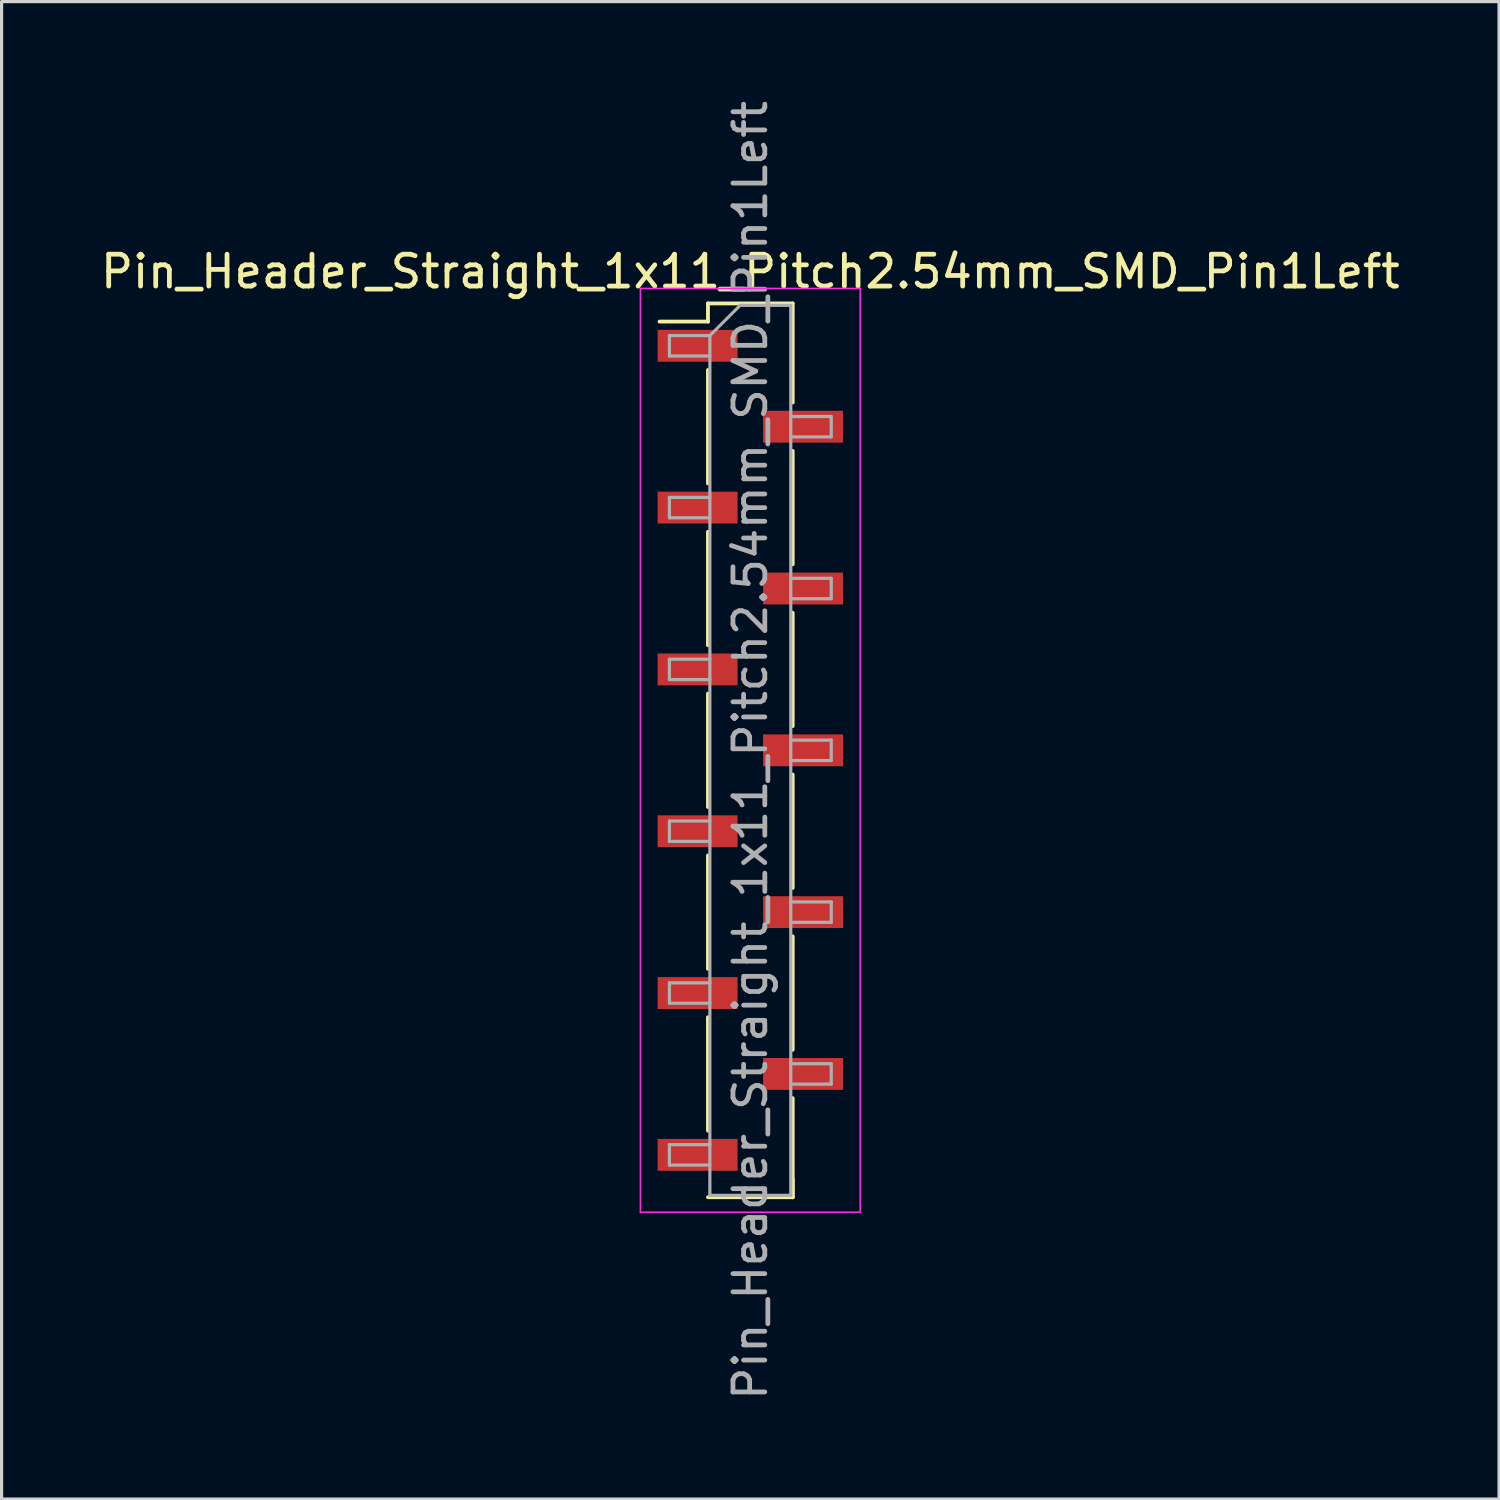
<source format=kicad_pcb>
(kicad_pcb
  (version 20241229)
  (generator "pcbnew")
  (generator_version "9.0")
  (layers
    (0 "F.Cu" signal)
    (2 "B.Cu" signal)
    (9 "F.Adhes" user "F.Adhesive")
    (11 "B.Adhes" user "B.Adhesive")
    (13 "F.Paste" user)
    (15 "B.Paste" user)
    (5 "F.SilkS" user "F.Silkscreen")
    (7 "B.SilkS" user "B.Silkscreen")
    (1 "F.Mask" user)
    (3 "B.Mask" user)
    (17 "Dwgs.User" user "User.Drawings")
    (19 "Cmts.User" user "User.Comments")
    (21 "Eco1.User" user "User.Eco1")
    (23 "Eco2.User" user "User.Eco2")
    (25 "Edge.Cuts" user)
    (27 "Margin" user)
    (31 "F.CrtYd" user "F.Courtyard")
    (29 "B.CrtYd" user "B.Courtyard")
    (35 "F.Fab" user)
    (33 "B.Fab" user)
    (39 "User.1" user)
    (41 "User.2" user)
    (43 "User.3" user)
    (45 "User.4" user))
  (footprint "Pin_Header_Straight_1x11_Pitch2.54mm_SMD_Pin1Left"
    (layer "F.Cu")
    (at 20.506 20.506)
    (property "Reference" "Pin_Header_Straight_1x11_Pitch2.54mm_SMD_Pin1Left" (at 0 -15.03 0) (layer "F.SilkS") (effects (font (size 1 1) (thickness 0.15))))
    (attr smd)
    (fp_line (start -1.33 -14.03) (end -1.33 -13.46) (stroke (width 0.12) (type solid)) (layer "F.SilkS"))
    (fp_line (start -1.33 -14.03) (end 1.33 -14.03) (stroke (width 0.12) (type solid)) (layer "F.SilkS"))
    (fp_line (start -1.33 -13.46) (end -2.85 -13.46) (stroke (width 0.12) (type solid)) (layer "F.SilkS"))
    (fp_line (start -1.33 -11.94) (end -1.33 -8.38) (stroke (width 0.12) (type solid)) (layer "F.SilkS"))
    (fp_line (start -1.33 -6.86) (end -1.33 -3.3) (stroke (width 0.12) (type solid)) (layer "F.SilkS"))
    (fp_line (start -1.33 -1.78) (end -1.33 1.78) (stroke (width 0.12) (type solid)) (layer "F.SilkS"))
    (fp_line (start -1.33 3.3) (end -1.33 6.86) (stroke (width 0.12) (type solid)) (layer "F.SilkS"))
    (fp_line (start -1.33 8.38) (end -1.33 11.94) (stroke (width 0.12) (type solid)) (layer "F.SilkS"))
    (fp_line (start -1.33 14.03) (end 1.33 14.03) (stroke (width 0.12) (type solid)) (layer "F.SilkS"))
    (fp_line (start 1.33 -14.03) (end 1.33 -10.92) (stroke (width 0.12) (type solid)) (layer "F.SilkS"))
    (fp_line (start 1.33 -9.4) (end 1.33 -5.84) (stroke (width 0.12) (type solid)) (layer "F.SilkS"))
    (fp_line (start 1.33 -4.32) (end 1.33 -0.76) (stroke (width 0.12) (type solid)) (layer "F.SilkS"))
    (fp_line (start 1.33 0.76) (end 1.33 4.32) (stroke (width 0.12) (type solid)) (layer "F.SilkS"))
    (fp_line (start 1.33 5.84) (end 1.33 9.4) (stroke (width 0.12) (type solid)) (layer "F.SilkS"))
    (fp_line (start 1.33 10.92) (end 1.33 14.03) (stroke (width 0.12) (type solid)) (layer "F.SilkS"))
    (fp_line (start 1.33 13.46) (end 1.33 14.03) (stroke (width 0.12) (type solid)) (layer "F.SilkS"))
    (fp_line (start -3.45 -14.5) (end -3.45 14.5) (stroke (width 0.05) (type solid)) (layer "F.CrtYd"))
    (fp_line (start -3.45 14.5) (end 3.45 14.5) (stroke (width 0.05) (type solid)) (layer "F.CrtYd"))
    (fp_line (start 3.45 -14.5) (end -3.45 -14.5) (stroke (width 0.05) (type solid)) (layer "F.CrtYd"))
    (fp_line (start 3.45 14.5) (end 3.45 -14.5) (stroke (width 0.05) (type solid)) (layer "F.CrtYd"))
    (fp_line (start -2.54 -13.02) (end -2.54 -12.38) (stroke (width 0.1) (type solid)) (layer "F.Fab"))
    (fp_line (start -2.54 -12.38) (end -1.27 -12.38) (stroke (width 0.1) (type solid)) (layer "F.Fab"))
    (fp_line (start -2.54 -7.94) (end -2.54 -7.3) (stroke (width 0.1) (type solid)) (layer "F.Fab"))
    (fp_line (start -2.54 -7.3) (end -1.27 -7.3) (stroke (width 0.1) (type solid)) (layer "F.Fab"))
    (fp_line (start -2.54 -2.86) (end -2.54 -2.22) (stroke (width 0.1) (type solid)) (layer "F.Fab"))
    (fp_line (start -2.54 -2.22) (end -1.27 -2.22) (stroke (width 0.1) (type solid)) (layer "F.Fab"))
    (fp_line (start -2.54 2.22) (end -2.54 2.86) (stroke (width 0.1) (type solid)) (layer "F.Fab"))
    (fp_line (start -2.54 2.86) (end -1.27 2.86) (stroke (width 0.1) (type solid)) (layer "F.Fab"))
    (fp_line (start -2.54 7.3) (end -2.54 7.94) (stroke (width 0.1) (type solid)) (layer "F.Fab"))
    (fp_line (start -2.54 7.94) (end -1.27 7.94) (stroke (width 0.1) (type solid)) (layer "F.Fab"))
    (fp_line (start -2.54 12.38) (end -2.54 13.02) (stroke (width 0.1) (type solid)) (layer "F.Fab"))
    (fp_line (start -2.54 13.02) (end -1.27 13.02) (stroke (width 0.1) (type solid)) (layer "F.Fab"))
    (fp_line (start -1.27 -13.02) (end -2.54 -13.02) (stroke (width 0.1) (type solid)) (layer "F.Fab"))
    (fp_line (start -1.27 -13.02) (end -0.32 -13.97) (stroke (width 0.1) (type solid)) (layer "F.Fab"))
    (fp_line (start -1.27 -7.94) (end -2.54 -7.94) (stroke (width 0.1) (type solid)) (layer "F.Fab"))
    (fp_line (start -1.27 -2.86) (end -2.54 -2.86) (stroke (width 0.1) (type solid)) (layer "F.Fab"))
    (fp_line (start -1.27 2.22) (end -2.54 2.22) (stroke (width 0.1) (type solid)) (layer "F.Fab"))
    (fp_line (start -1.27 7.3) (end -2.54 7.3) (stroke (width 0.1) (type solid)) (layer "F.Fab"))
    (fp_line (start -1.27 12.38) (end -2.54 12.38) (stroke (width 0.1) (type solid)) (layer "F.Fab"))
    (fp_line (start -1.27 13.97) (end -1.27 -13.02) (stroke (width 0.1) (type solid)) (layer "F.Fab"))
    (fp_line (start -0.32 -13.97) (end 1.27 -13.97) (stroke (width 0.1) (type solid)) (layer "F.Fab"))
    (fp_line (start 1.27 -13.97) (end 1.27 13.97) (stroke (width 0.1) (type solid)) (layer "F.Fab"))
    (fp_line (start 1.27 -10.48) (end 2.54 -10.48) (stroke (width 0.1) (type solid)) (layer "F.Fab"))
    (fp_line (start 1.27 -5.4) (end 2.54 -5.4) (stroke (width 0.1) (type solid)) (layer "F.Fab"))
    (fp_line (start 1.27 -0.32) (end 2.54 -0.32) (stroke (width 0.1) (type solid)) (layer "F.Fab"))
    (fp_line (start 1.27 4.76) (end 2.54 4.76) (stroke (width 0.1) (type solid)) (layer "F.Fab"))
    (fp_line (start 1.27 9.84) (end 2.54 9.84) (stroke (width 0.1) (type solid)) (layer "F.Fab"))
    (fp_line (start 1.27 13.97) (end -1.27 13.97) (stroke (width 0.1) (type solid)) (layer "F.Fab"))
    (fp_line (start 2.54 -10.48) (end 2.54 -9.84) (stroke (width 0.1) (type solid)) (layer "F.Fab"))
    (fp_line (start 2.54 -9.84) (end 1.27 -9.84) (stroke (width 0.1) (type solid)) (layer "F.Fab"))
    (fp_line (start 2.54 -5.4) (end 2.54 -4.76) (stroke (width 0.1) (type solid)) (layer "F.Fab"))
    (fp_line (start 2.54 -4.76) (end 1.27 -4.76) (stroke (width 0.1) (type solid)) (layer "F.Fab"))
    (fp_line (start 2.54 -0.32) (end 2.54 0.32) (stroke (width 0.1) (type solid)) (layer "F.Fab"))
    (fp_line (start 2.54 0.32) (end 1.27 0.32) (stroke (width 0.1) (type solid)) (layer "F.Fab"))
    (fp_line (start 2.54 4.76) (end 2.54 5.4) (stroke (width 0.1) (type solid)) (layer "F.Fab"))
    (fp_line (start 2.54 5.4) (end 1.27 5.4) (stroke (width 0.1) (type solid)) (layer "F.Fab"))
    (fp_line (start 2.54 9.84) (end 2.54 10.48) (stroke (width 0.1) (type solid)) (layer "F.Fab"))
    (fp_line (start 2.54 10.48) (end 1.27 10.48) (stroke (width 0.1) (type solid)) (layer "F.Fab"))
    (fp_text user "${REFERENCE}" (at 0 0 90) (layer "F.Fab") (effects (font (size 1 1) (thickness 0.15))))
    (pad "1" smd rect (at -1.655 -12.7) (size 2.51 1) (layers "F.Cu" "F.Mask" "F.Paste"))
    (pad "2" smd rect (at 1.655 -10.16) (size 2.51 1) (layers "F.Cu" "F.Mask" "F.Paste"))
    (pad "3" smd rect (at -1.655 -7.62) (size 2.51 1) (layers "F.Cu" "F.Mask" "F.Paste"))
    (pad "4" smd rect (at 1.655 -5.08) (size 2.51 1) (layers "F.Cu" "F.Mask" "F.Paste"))
    (pad "5" smd rect (at -1.655 -2.54) (size 2.51 1) (layers "F.Cu" "F.Mask" "F.Paste"))
    (pad "6" smd rect (at 1.655 0) (size 2.51 1) (layers "F.Cu" "F.Mask" "F.Paste"))
    (pad "7" smd rect (at -1.655 2.54) (size 2.51 1) (layers "F.Cu" "F.Mask" "F.Paste"))
    (pad "8" smd rect (at 1.655 5.08) (size 2.51 1) (layers "F.Cu" "F.Mask" "F.Paste"))
    (pad "9" smd rect (at -1.655 7.62) (size 2.51 1) (layers "F.Cu" "F.Mask" "F.Paste"))
    (pad "10" smd rect (at 1.655 10.16) (size 2.51 1) (layers "F.Cu" "F.Mask" "F.Paste"))
    (pad "11" smd rect (at -1.655 12.7) (size 2.51 1) (layers "F.Cu" "F.Mask" "F.Paste")))
  (gr_rect
    (start -3 -3)
    (end 44.012 44.012)
    (stroke (width 0.1) (type default))
    (fill no)
    (layer "Edge.Cuts")))
</source>
